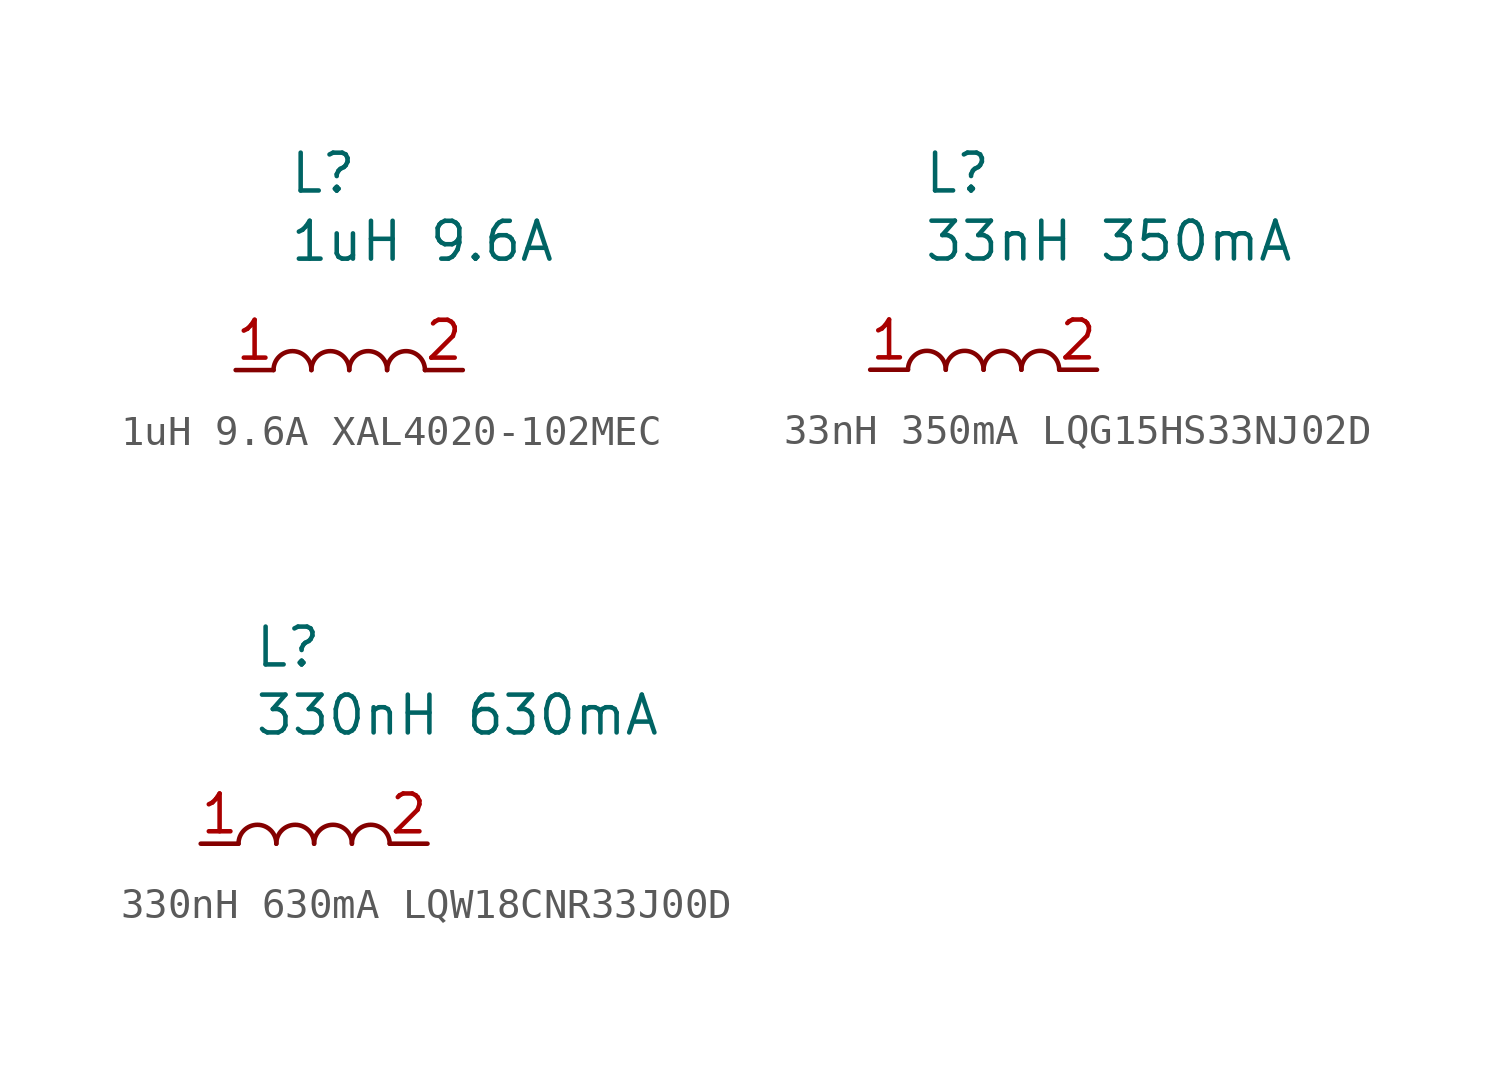
<source format=kicad_sym>
(kicad_symbol_lib
  (version 20241209)
  (generator "dmtdb")
  (generator_version "1.0")
  (symbol "1uH 9.6A XAL4020-102MEC"
    (property "Reference" "L"
      (at -2.032 6.604 0)
      (effects (font (size 1.27 1.27)) (justify left)))
    (property "Value" "1uH 9.6A"
      (at -2.032 4.318 0)
      (effects (font (size 1.27 1.27)) (justify left)))
    (symbol "1uH 9.6A XAL4020-102MEC_0_1"
      (arc (start -2.54 0) (mid -1.905 0.6323) (end -1.27 0) (stroke (width 0) (type default)) (fill (type none)))
      (arc (start -1.27 0) (mid -0.635 0.6323) (end 0 0) (stroke (width 0) (type default)) (fill (type none)))
      (arc (start 0 0) (mid 0.635 0.6323) (end 1.27 0) (stroke (width 0) (type default)) (fill (type none)))
      (arc (start 1.27 0) (mid 1.905 0.6323) (end 2.54 0) (stroke (width 0) (type default)) (fill (type none))))
    (symbol "1uH 9.6A XAL4020-102MEC_1_1"
      (pin passive line (at -3.81 0 0) (length 1.27) (name "" (effects (font (size 1.27 1.27)))) (number "1" (effects (font (size 1.27 1.27)))))
      (pin passive line (at 3.81 0 180) (length 1.27) (name "" (effects (font (size 1.27 1.27)))) (number "2" (effects (font (size 1.27 1.27)))))))
  (symbol "33nH 350mA LQG15HS33NJ02D"
    (property "Reference" "L"
      (at -2.032 6.604 0)
      (effects (font (size 1.27 1.27)) (justify left)))
    (property "Value" "33nH 350mA"
      (at -2.032 4.318 0)
      (effects (font (size 1.27 1.27)) (justify left)))
    (symbol "33nH 350mA LQG15HS33NJ02D_0_1"
      (arc (start -2.54 0) (mid -1.905 0.6323) (end -1.27 0) (stroke (width 0) (type default)) (fill (type none)))
      (arc (start -1.27 0) (mid -0.635 0.6323) (end 0 0) (stroke (width 0) (type default)) (fill (type none)))
      (arc (start 0 0) (mid 0.635 0.6323) (end 1.27 0) (stroke (width 0) (type default)) (fill (type none)))
      (arc (start 1.27 0) (mid 1.905 0.6323) (end 2.54 0) (stroke (width 0) (type default)) (fill (type none))))
    (symbol "33nH 350mA LQG15HS33NJ02D_1_1"
      (pin passive line (at -3.81 0 0) (length 1.27) (name "" (effects (font (size 1.27 1.27)))) (number "1" (effects (font (size 1.27 1.27)))))
      (pin passive line (at 3.81 0 180) (length 1.27) (name "" (effects (font (size 1.27 1.27)))) (number "2" (effects (font (size 1.27 1.27)))))))
  (symbol "330nH 630mA LQW18CNR33J00D"
    (property "Reference" "L"
      (at -2.032 6.604 0)
      (effects (font (size 1.27 1.27)) (justify left)))
    (property "Value" "330nH 630mA"
      (at -2.032 4.318 0)
      (effects (font (size 1.27 1.27)) (justify left)))
    (symbol "330nH 630mA LQW18CNR33J00D_0_1"
      (arc (start -2.54 0) (mid -1.905 0.6323) (end -1.27 0) (stroke (width 0) (type default)) (fill (type none)))
      (arc (start -1.27 0) (mid -0.635 0.6323) (end 0 0) (stroke (width 0) (type default)) (fill (type none)))
      (arc (start 0 0) (mid 0.635 0.6323) (end 1.27 0) (stroke (width 0) (type default)) (fill (type none)))
      (arc (start 1.27 0) (mid 1.905 0.6323) (end 2.54 0) (stroke (width 0) (type default)) (fill (type none))))
    (symbol "330nH 630mA LQW18CNR33J00D_1_1"
      (pin passive line (at -3.81 0 0) (length 1.27) (name "" (effects (font (size 1.27 1.27)))) (number "1" (effects (font (size 1.27 1.27)))))
      (pin passive line (at 3.81 0 180) (length 1.27) (name "" (effects (font (size 1.27 1.27)))) (number "2" (effects (font (size 1.27 1.27))))))))
</source>
